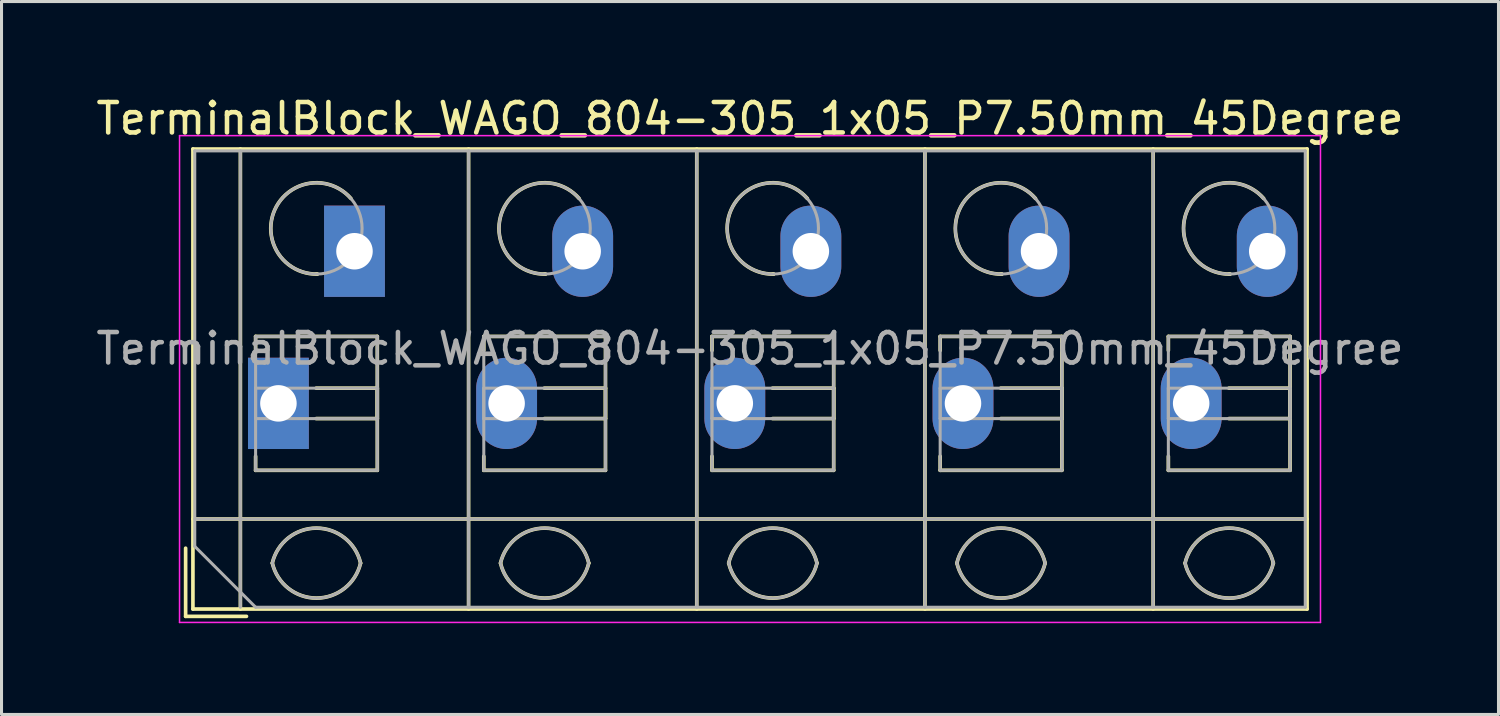
<source format=kicad_pcb>
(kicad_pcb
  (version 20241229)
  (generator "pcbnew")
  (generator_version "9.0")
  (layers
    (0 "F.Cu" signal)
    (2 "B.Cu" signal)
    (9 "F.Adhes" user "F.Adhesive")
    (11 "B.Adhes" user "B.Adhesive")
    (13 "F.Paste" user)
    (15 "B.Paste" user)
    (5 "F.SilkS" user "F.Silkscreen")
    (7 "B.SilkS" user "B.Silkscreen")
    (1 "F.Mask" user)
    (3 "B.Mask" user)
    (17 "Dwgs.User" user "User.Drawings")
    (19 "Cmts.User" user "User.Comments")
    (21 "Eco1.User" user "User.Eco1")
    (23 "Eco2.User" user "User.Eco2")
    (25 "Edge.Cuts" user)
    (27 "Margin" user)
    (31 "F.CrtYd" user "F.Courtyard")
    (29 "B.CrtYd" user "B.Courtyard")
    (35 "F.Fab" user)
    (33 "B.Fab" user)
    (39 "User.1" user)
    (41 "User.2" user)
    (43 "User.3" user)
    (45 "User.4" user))
  (footprint "TerminalBlock_WAGO_804-305_1x05_P7.50mm_45Degree"
    (layer "F.Cu")
    (at 6.101 10.208)
    (property "Reference" "TerminalBlock_WAGO_804-305_1x05_P7.50mm_45Degree" (at 15.5 -9.36 0) (layer "F.SilkS") (effects (font (size 1 1) (thickness 0.15))))
    (attr through_hole)
    (fp_line (start -3.05 4.76) (end -3.05 7) (stroke (width 0.12) (type solid)) (layer "F.SilkS"))
    (fp_line (start -3.05 7) (end -1.05 7) (stroke (width 0.12) (type solid)) (layer "F.SilkS"))
    (fp_line (start -2.81 -8.361) (end -2.81 6.76) (stroke (width 0.12) (type solid)) (layer "F.SilkS"))
    (fp_line (start -2.81 -8.361) (end 33.81 -8.361) (stroke (width 0.12) (type solid)) (layer "F.SilkS"))
    (fp_line (start -2.81 3.8) (end 33.81 3.8) (stroke (width 0.12) (type solid)) (layer "F.SilkS"))
    (fp_line (start -2.81 6.76) (end 33.81 6.76) (stroke (width 0.12) (type solid)) (layer "F.SilkS"))
    (fp_line (start -1.25 -8.361) (end -1.25 6.76) (stroke (width 0.12) (type solid)) (layer "F.SilkS"))
    (fp_line (start -0.75 -2.2) (end -0.75 -1.74) (stroke (width 0.12) (type solid)) (layer "F.SilkS"))
    (fp_line (start -0.75 -2.2) (end 3.25 -2.2) (stroke (width 0.12) (type solid)) (layer "F.SilkS"))
    (fp_line (start -0.75 1.74) (end -0.75 2.2) (stroke (width 0.12) (type solid)) (layer "F.SilkS"))
    (fp_line (start -0.75 2.2) (end 3.25 2.2) (stroke (width 0.12) (type solid)) (layer "F.SilkS"))
    (fp_line (start 1.24 -0.5) (end 3.25 -0.5) (stroke (width 0.12) (type solid)) (layer "F.SilkS"))
    (fp_line (start 1.24 0.5) (end 3.25 0.5) (stroke (width 0.12) (type solid)) (layer "F.SilkS"))
    (fp_line (start 3.25 -2.2) (end 3.25 2.2) (stroke (width 0.12) (type solid)) (layer "F.SilkS"))
    (fp_line (start 3.25 -0.5) (end 3.25 0.5) (stroke (width 0.12) (type solid)) (layer "F.SilkS"))
    (fp_line (start 6.25 -8.361) (end 6.25 6.76) (stroke (width 0.12) (type solid)) (layer "F.SilkS"))
    (fp_line (start 6.75 -2.2) (end 6.75 -1.74) (stroke (width 0.12) (type solid)) (layer "F.SilkS"))
    (fp_line (start 6.75 -2.2) (end 10.75 -2.2) (stroke (width 0.12) (type solid)) (layer "F.SilkS"))
    (fp_line (start 6.75 1.74) (end 6.75 2.2) (stroke (width 0.12) (type solid)) (layer "F.SilkS"))
    (fp_line (start 6.75 2.2) (end 10.75 2.2) (stroke (width 0.12) (type solid)) (layer "F.SilkS"))
    (fp_line (start 8.74 -0.5) (end 10.75 -0.5) (stroke (width 0.12) (type solid)) (layer "F.SilkS"))
    (fp_line (start 8.74 0.5) (end 10.75 0.5) (stroke (width 0.12) (type solid)) (layer "F.SilkS"))
    (fp_line (start 10.75 -2.2) (end 10.75 2.2) (stroke (width 0.12) (type solid)) (layer "F.SilkS"))
    (fp_line (start 10.75 -0.5) (end 10.75 0.5) (stroke (width 0.12) (type solid)) (layer "F.SilkS"))
    (fp_line (start 13.75 -8.361) (end 13.75 6.76) (stroke (width 0.12) (type solid)) (layer "F.SilkS"))
    (fp_line (start 14.25 -2.2) (end 14.25 -1.74) (stroke (width 0.12) (type solid)) (layer "F.SilkS"))
    (fp_line (start 14.25 -2.2) (end 18.25 -2.2) (stroke (width 0.12) (type solid)) (layer "F.SilkS"))
    (fp_line (start 14.25 1.74) (end 14.25 2.2) (stroke (width 0.12) (type solid)) (layer "F.SilkS"))
    (fp_line (start 14.25 2.2) (end 18.25 2.2) (stroke (width 0.12) (type solid)) (layer "F.SilkS"))
    (fp_line (start 16.24 -0.5) (end 18.25 -0.5) (stroke (width 0.12) (type solid)) (layer "F.SilkS"))
    (fp_line (start 16.24 0.5) (end 18.25 0.5) (stroke (width 0.12) (type solid)) (layer "F.SilkS"))
    (fp_line (start 18.25 -2.2) (end 18.25 2.2) (stroke (width 0.12) (type solid)) (layer "F.SilkS"))
    (fp_line (start 18.25 -0.5) (end 18.25 0.5) (stroke (width 0.12) (type solid)) (layer "F.SilkS"))
    (fp_line (start 21.25 -8.361) (end 21.25 6.76) (stroke (width 0.12) (type solid)) (layer "F.SilkS"))
    (fp_line (start 21.75 -2.2) (end 21.75 -1.74) (stroke (width 0.12) (type solid)) (layer "F.SilkS"))
    (fp_line (start 21.75 -2.2) (end 25.75 -2.2) (stroke (width 0.12) (type solid)) (layer "F.SilkS"))
    (fp_line (start 21.75 1.74) (end 21.75 2.2) (stroke (width 0.12) (type solid)) (layer "F.SilkS"))
    (fp_line (start 21.75 2.2) (end 25.75 2.2) (stroke (width 0.12) (type solid)) (layer "F.SilkS"))
    (fp_line (start 23.74 -0.5) (end 25.75 -0.5) (stroke (width 0.12) (type solid)) (layer "F.SilkS"))
    (fp_line (start 23.74 0.5) (end 25.75 0.5) (stroke (width 0.12) (type solid)) (layer "F.SilkS"))
    (fp_line (start 25.75 -2.2) (end 25.75 2.2) (stroke (width 0.12) (type solid)) (layer "F.SilkS"))
    (fp_line (start 25.75 -0.5) (end 25.75 0.5) (stroke (width 0.12) (type solid)) (layer "F.SilkS"))
    (fp_line (start 28.75 -8.361) (end 28.75 6.76) (stroke (width 0.12) (type solid)) (layer "F.SilkS"))
    (fp_line (start 29.25 -2.2) (end 29.25 -1.74) (stroke (width 0.12) (type solid)) (layer "F.SilkS"))
    (fp_line (start 29.25 -2.2) (end 33.25 -2.2) (stroke (width 0.12) (type solid)) (layer "F.SilkS"))
    (fp_line (start 29.25 1.74) (end 29.25 2.2) (stroke (width 0.12) (type solid)) (layer "F.SilkS"))
    (fp_line (start 29.25 2.2) (end 33.25 2.2) (stroke (width 0.12) (type solid)) (layer "F.SilkS"))
    (fp_line (start 31.24 -0.5) (end 33.25 -0.5) (stroke (width 0.12) (type solid)) (layer "F.SilkS"))
    (fp_line (start 31.24 0.5) (end 33.25 0.5) (stroke (width 0.12) (type solid)) (layer "F.SilkS"))
    (fp_line (start 33.25 -2.2) (end 33.25 2.2) (stroke (width 0.12) (type solid)) (layer "F.SilkS"))
    (fp_line (start 33.25 -0.5) (end 33.25 0.5) (stroke (width 0.12) (type solid)) (layer "F.SilkS"))
    (fp_line (start 33.81 -8.361) (end 33.81 6.76) (stroke (width 0.12) (type solid)) (layer "F.SilkS"))
    (fp_arc (start -0.200865 5.250424) (mid 1.250296 4.099926) (end 2.701 5.251) (stroke (width 0.12) (type solid)) (layer "F.SilkS"))
    (fp_arc (start 1.276179 -4.250228) (mid 1.26309 -4.250057) (end 1.25 -4.25) (stroke (width 0.12) (type solid)) (layer "F.SilkS"))
    (fp_arc (start 1.276275 -4.248926) (mid -0.121539 -6.360568) (end 2.383 -6.735) (stroke (width 0.12) (type solid)) (layer "F.SilkS"))
    (fp_arc (start 2.7 5.25) (mid 1.250068 6.400101) (end -0.199969 5.250133) (stroke (width 0.12) (type solid)) (layer "F.SilkS"))
    (fp_arc (start 7.299135 5.250424) (mid 8.750296 4.099926) (end 10.201 5.251) (stroke (width 0.12) (type solid)) (layer "F.SilkS"))
    (fp_arc (start 8.776179 -4.250228) (mid 8.76309 -4.250057) (end 8.75 -4.25) (stroke (width 0.12) (type solid)) (layer "F.SilkS"))
    (fp_arc (start 8.776275 -4.248926) (mid 7.378461 -6.360568) (end 9.883 -6.735) (stroke (width 0.12) (type solid)) (layer "F.SilkS"))
    (fp_arc (start 10.2 5.25) (mid 8.750068 6.400101) (end 7.300031 5.250133) (stroke (width 0.12) (type solid)) (layer "F.SilkS"))
    (fp_arc (start 14.799135 5.250424) (mid 16.250296 4.099926) (end 17.701 5.251) (stroke (width 0.12) (type solid)) (layer "F.SilkS"))
    (fp_arc (start 16.276179 -4.250228) (mid 16.26309 -4.250057) (end 16.25 -4.25) (stroke (width 0.12) (type solid)) (layer "F.SilkS"))
    (fp_arc (start 16.276275 -4.248926) (mid 14.878461 -6.360568) (end 17.383 -6.735) (stroke (width 0.12) (type solid)) (layer "F.SilkS"))
    (fp_arc (start 17.7 5.25) (mid 16.250068 6.400101) (end 14.800031 5.250133) (stroke (width 0.12) (type solid)) (layer "F.SilkS"))
    (fp_arc (start 22.299135 5.250424) (mid 23.750296 4.099926) (end 25.201 5.251) (stroke (width 0.12) (type solid)) (layer "F.SilkS"))
    (fp_arc (start 23.776179 -4.250228) (mid 23.76309 -4.250057) (end 23.75 -4.25) (stroke (width 0.12) (type solid)) (layer "F.SilkS"))
    (fp_arc (start 23.776275 -4.248926) (mid 22.378461 -6.360568) (end 24.883 -6.735) (stroke (width 0.12) (type solid)) (layer "F.SilkS"))
    (fp_arc (start 25.2 5.25) (mid 23.750068 6.400101) (end 22.300031 5.250133) (stroke (width 0.12) (type solid)) (layer "F.SilkS"))
    (fp_arc (start 29.799135 5.250424) (mid 31.250296 4.099926) (end 32.701 5.251) (stroke (width 0.12) (type solid)) (layer "F.SilkS"))
    (fp_arc (start 31.276179 -4.250228) (mid 31.26309 -4.250057) (end 31.25 -4.25) (stroke (width 0.12) (type solid)) (layer "F.SilkS"))
    (fp_arc (start 31.276275 -4.248926) (mid 29.878461 -6.360568) (end 32.383 -6.735) (stroke (width 0.12) (type solid)) (layer "F.SilkS"))
    (fp_arc (start 32.701 5.25) (mid 31.250296 6.401074) (end 29.799135 5.250576) (stroke (width 0.12) (type solid)) (layer "F.SilkS"))
    (fp_line (start -3.25 -8.8) (end -3.25 7.2) (stroke (width 0.05) (type solid)) (layer "F.CrtYd"))
    (fp_line (start -3.25 7.2) (end 34.25 7.2) (stroke (width 0.05) (type solid)) (layer "F.CrtYd"))
    (fp_line (start 34.25 -8.8) (end -3.25 -8.8) (stroke (width 0.05) (type solid)) (layer "F.CrtYd"))
    (fp_line (start 34.25 7.2) (end 34.25 -8.8) (stroke (width 0.05) (type solid)) (layer "F.CrtYd"))
    (fp_line (start -2.75 -8.3) (end 33.75 -8.3) (stroke (width 0.1) (type solid)) (layer "F.Fab"))
    (fp_line (start -2.75 3.8) (end 33.75 3.8) (stroke (width 0.1) (type solid)) (layer "F.Fab"))
    (fp_line (start -2.75 4.7) (end -2.75 -8.3) (stroke (width 0.1) (type solid)) (layer "F.Fab"))
    (fp_line (start -1.25 -8.3) (end -1.25 6.7) (stroke (width 0.1) (type solid)) (layer "F.Fab"))
    (fp_line (start -0.75 -2.2) (end -0.75 2.2) (stroke (width 0.1) (type solid)) (layer "F.Fab"))
    (fp_line (start -0.75 -0.5) (end -0.75 0.5) (stroke (width 0.1) (type solid)) (layer "F.Fab"))
    (fp_line (start -0.75 0.5) (end 3.25 0.5) (stroke (width 0.1) (type solid)) (layer "F.Fab"))
    (fp_line (start -0.75 2.2) (end 3.25 2.2) (stroke (width 0.1) (type solid)) (layer "F.Fab"))
    (fp_line (start -0.75 6.7) (end -2.75 4.7) (stroke (width 0.1) (type solid)) (layer "F.Fab"))
    (fp_line (start 3.25 -2.2) (end -0.75 -2.2) (stroke (width 0.1) (type solid)) (layer "F.Fab"))
    (fp_line (start 3.25 -0.5) (end -0.75 -0.5) (stroke (width 0.1) (type solid)) (layer "F.Fab"))
    (fp_line (start 3.25 0.5) (end 3.25 -0.5) (stroke (width 0.1) (type solid)) (layer "F.Fab"))
    (fp_line (start 3.25 2.2) (end 3.25 -2.2) (stroke (width 0.1) (type solid)) (layer "F.Fab"))
    (fp_line (start 6.25 -8.3) (end 6.25 6.7) (stroke (width 0.1) (type solid)) (layer "F.Fab"))
    (fp_line (start 6.75 -2.2) (end 6.75 2.2) (stroke (width 0.1) (type solid)) (layer "F.Fab"))
    (fp_line (start 6.75 -0.5) (end 6.75 0.5) (stroke (width 0.1) (type solid)) (layer "F.Fab"))
    (fp_line (start 6.75 0.5) (end 10.75 0.5) (stroke (width 0.1) (type solid)) (layer "F.Fab"))
    (fp_line (start 6.75 2.2) (end 10.75 2.2) (stroke (width 0.1) (type solid)) (layer "F.Fab"))
    (fp_line (start 10.75 -2.2) (end 6.75 -2.2) (stroke (width 0.1) (type solid)) (layer "F.Fab"))
    (fp_line (start 10.75 -0.5) (end 6.75 -0.5) (stroke (width 0.1) (type solid)) (layer "F.Fab"))
    (fp_line (start 10.75 0.5) (end 10.75 -0.5) (stroke (width 0.1) (type solid)) (layer "F.Fab"))
    (fp_line (start 10.75 2.2) (end 10.75 -2.2) (stroke (width 0.1) (type solid)) (layer "F.Fab"))
    (fp_line (start 13.75 -8.3) (end 13.75 6.7) (stroke (width 0.1) (type solid)) (layer "F.Fab"))
    (fp_line (start 14.25 -2.2) (end 14.25 2.2) (stroke (width 0.1) (type solid)) (layer "F.Fab"))
    (fp_line (start 14.25 -0.5) (end 14.25 0.5) (stroke (width 0.1) (type solid)) (layer "F.Fab"))
    (fp_line (start 14.25 0.5) (end 18.25 0.5) (stroke (width 0.1) (type solid)) (layer "F.Fab"))
    (fp_line (start 14.25 2.2) (end 18.25 2.2) (stroke (width 0.1) (type solid)) (layer "F.Fab"))
    (fp_line (start 18.25 -2.2) (end 14.25 -2.2) (stroke (width 0.1) (type solid)) (layer "F.Fab"))
    (fp_line (start 18.25 -0.5) (end 14.25 -0.5) (stroke (width 0.1) (type solid)) (layer "F.Fab"))
    (fp_line (start 18.25 0.5) (end 18.25 -0.5) (stroke (width 0.1) (type solid)) (layer "F.Fab"))
    (fp_line (start 18.25 2.2) (end 18.25 -2.2) (stroke (width 0.1) (type solid)) (layer "F.Fab"))
    (fp_line (start 21.25 -8.3) (end 21.25 6.7) (stroke (width 0.1) (type solid)) (layer "F.Fab"))
    (fp_line (start 21.75 -2.2) (end 21.75 2.2) (stroke (width 0.1) (type solid)) (layer "F.Fab"))
    (fp_line (start 21.75 -0.5) (end 21.75 0.5) (stroke (width 0.1) (type solid)) (layer "F.Fab"))
    (fp_line (start 21.75 0.5) (end 25.75 0.5) (stroke (width 0.1) (type solid)) (layer "F.Fab"))
    (fp_line (start 21.75 2.2) (end 25.75 2.2) (stroke (width 0.1) (type solid)) (layer "F.Fab"))
    (fp_line (start 25.75 -2.2) (end 21.75 -2.2) (stroke (width 0.1) (type solid)) (layer "F.Fab"))
    (fp_line (start 25.75 -0.5) (end 21.75 -0.5) (stroke (width 0.1) (type solid)) (layer "F.Fab"))
    (fp_line (start 25.75 0.5) (end 25.75 -0.5) (stroke (width 0.1) (type solid)) (layer "F.Fab"))
    (fp_line (start 25.75 2.2) (end 25.75 -2.2) (stroke (width 0.1) (type solid)) (layer "F.Fab"))
    (fp_line (start 28.75 -8.3) (end 28.75 6.7) (stroke (width 0.1) (type solid)) (layer "F.Fab"))
    (fp_line (start 29.25 -2.2) (end 29.25 2.2) (stroke (width 0.1) (type solid)) (layer "F.Fab"))
    (fp_line (start 29.25 -0.5) (end 29.25 0.5) (stroke (width 0.1) (type solid)) (layer "F.Fab"))
    (fp_line (start 29.25 0.5) (end 33.25 0.5) (stroke (width 0.1) (type solid)) (layer "F.Fab"))
    (fp_line (start 29.25 2.2) (end 33.25 2.2) (stroke (width 0.1) (type solid)) (layer "F.Fab"))
    (fp_line (start 33.25 -2.2) (end 29.25 -2.2) (stroke (width 0.1) (type solid)) (layer "F.Fab"))
    (fp_line (start 33.25 -0.5) (end 29.25 -0.5) (stroke (width 0.1) (type solid)) (layer "F.Fab"))
    (fp_line (start 33.25 0.5) (end 33.25 -0.5) (stroke (width 0.1) (type solid)) (layer "F.Fab"))
    (fp_line (start 33.25 2.2) (end 33.25 -2.2) (stroke (width 0.1) (type solid)) (layer "F.Fab"))
    (fp_line (start 33.75 -8.3) (end 33.75 6.7) (stroke (width 0.1) (type solid)) (layer "F.Fab"))
    (fp_line (start 33.75 6.7) (end -0.75 6.7) (stroke (width 0.1) (type solid)) (layer "F.Fab"))
    (fp_arc (start -0.200865 5.250424) (mid 1.250296 4.099926) (end 2.701 5.251) (stroke (width 0.1) (type solid)) (layer "F.Fab"))
    (fp_arc (start 2.7 5.25) (mid 1.250068 6.400101) (end -0.199969 5.250133) (stroke (width 0.1) (type solid)) (layer "F.Fab"))
    (fp_arc (start 7.299135 5.250424) (mid 8.750296 4.099926) (end 10.201 5.251) (stroke (width 0.1) (type solid)) (layer "F.Fab"))
    (fp_arc (start 10.2 5.25) (mid 8.750068 6.400101) (end 7.300031 5.250133) (stroke (width 0.1) (type solid)) (layer "F.Fab"))
    (fp_arc (start 14.799135 5.250424) (mid 16.250296 4.099926) (end 17.701 5.251) (stroke (width 0.1) (type solid)) (layer "F.Fab"))
    (fp_arc (start 17.7 5.25) (mid 16.250068 6.400101) (end 14.800031 5.250133) (stroke (width 0.1) (type solid)) (layer "F.Fab"))
    (fp_arc (start 22.299135 5.250424) (mid 23.750296 4.099926) (end 25.201 5.251) (stroke (width 0.1) (type solid)) (layer "F.Fab"))
    (fp_arc (start 25.2 5.25) (mid 23.750068 6.400101) (end 22.300031 5.250133) (stroke (width 0.1) (type solid)) (layer "F.Fab"))
    (fp_arc (start 29.799135 5.250424) (mid 31.250296 4.099926) (end 32.701 5.251) (stroke (width 0.1) (type solid)) (layer "F.Fab"))
    (fp_arc (start 32.701 5.25) (mid 31.250296 6.401074) (end 29.799135 5.250576) (stroke (width 0.1) (type solid)) (layer "F.Fab"))
    (fp_circle (center 1.25 -5.75) (end 2.75 -5.75) (stroke (width 0.1) (type solid)) (fill no) (layer "F.Fab"))
    (fp_circle (center 8.75 -5.75) (end 10.25 -5.75) (stroke (width 0.1) (type solid)) (fill no) (layer "F.Fab"))
    (fp_circle (center 16.25 -5.75) (end 17.75 -5.75) (stroke (width 0.1) (type solid)) (fill no) (layer "F.Fab"))
    (fp_circle (center 23.75 -5.75) (end 25.25 -5.75) (stroke (width 0.1) (type solid)) (fill no) (layer "F.Fab"))
    (fp_circle (center 31.25 -5.75) (end 32.75 -5.75) (stroke (width 0.1) (type solid)) (fill no) (layer "F.Fab"))
    (fp_text user "${REFERENCE}" (at 15.5 -1.8 0) (layer "F.Fab") (effects (font (size 1 1) (thickness 0.15))))
    (pad "1" thru_hole rect (at 0 0) (size 2 3) (drill 1.2) (layers "*.Cu" "*.Mask"))
    (pad "1" thru_hole rect (at 2.5 -5) (size 2 3) (drill 1.2) (layers "*.Cu" "*.Mask"))
    (pad "2" thru_hole oval (at 7.5 0) (size 2 3) (drill 1.2) (layers "*.Cu" "*.Mask"))
    (pad "2" thru_hole oval (at 10 -5) (size 2 3) (drill 1.2) (layers "*.Cu" "*.Mask"))
    (pad "3" thru_hole oval (at 15 0) (size 2 3) (drill 1.2) (layers "*.Cu" "*.Mask"))
    (pad "3" thru_hole oval (at 17.5 -5) (size 2 3) (drill 1.2) (layers "*.Cu" "*.Mask"))
    (pad "4" thru_hole oval (at 22.5 0) (size 2 3) (drill 1.2) (layers "*.Cu" "*.Mask"))
    (pad "4" thru_hole oval (at 25 -5) (size 2 3) (drill 1.2) (layers "*.Cu" "*.Mask"))
    (pad "5" thru_hole oval (at 30 0) (size 2 3) (drill 1.2) (layers "*.Cu" "*.Mask"))
    (pad "5" thru_hole oval (at 32.5 -5) (size 2 3) (drill 1.2) (layers "*.Cu" "*.Mask")))
  (gr_rect
    (start -3 -3)
    (end 46.202 20.433)
    (stroke (width 0.1) (type default))
    (fill no)
    (layer "Edge.Cuts")))
</source>
